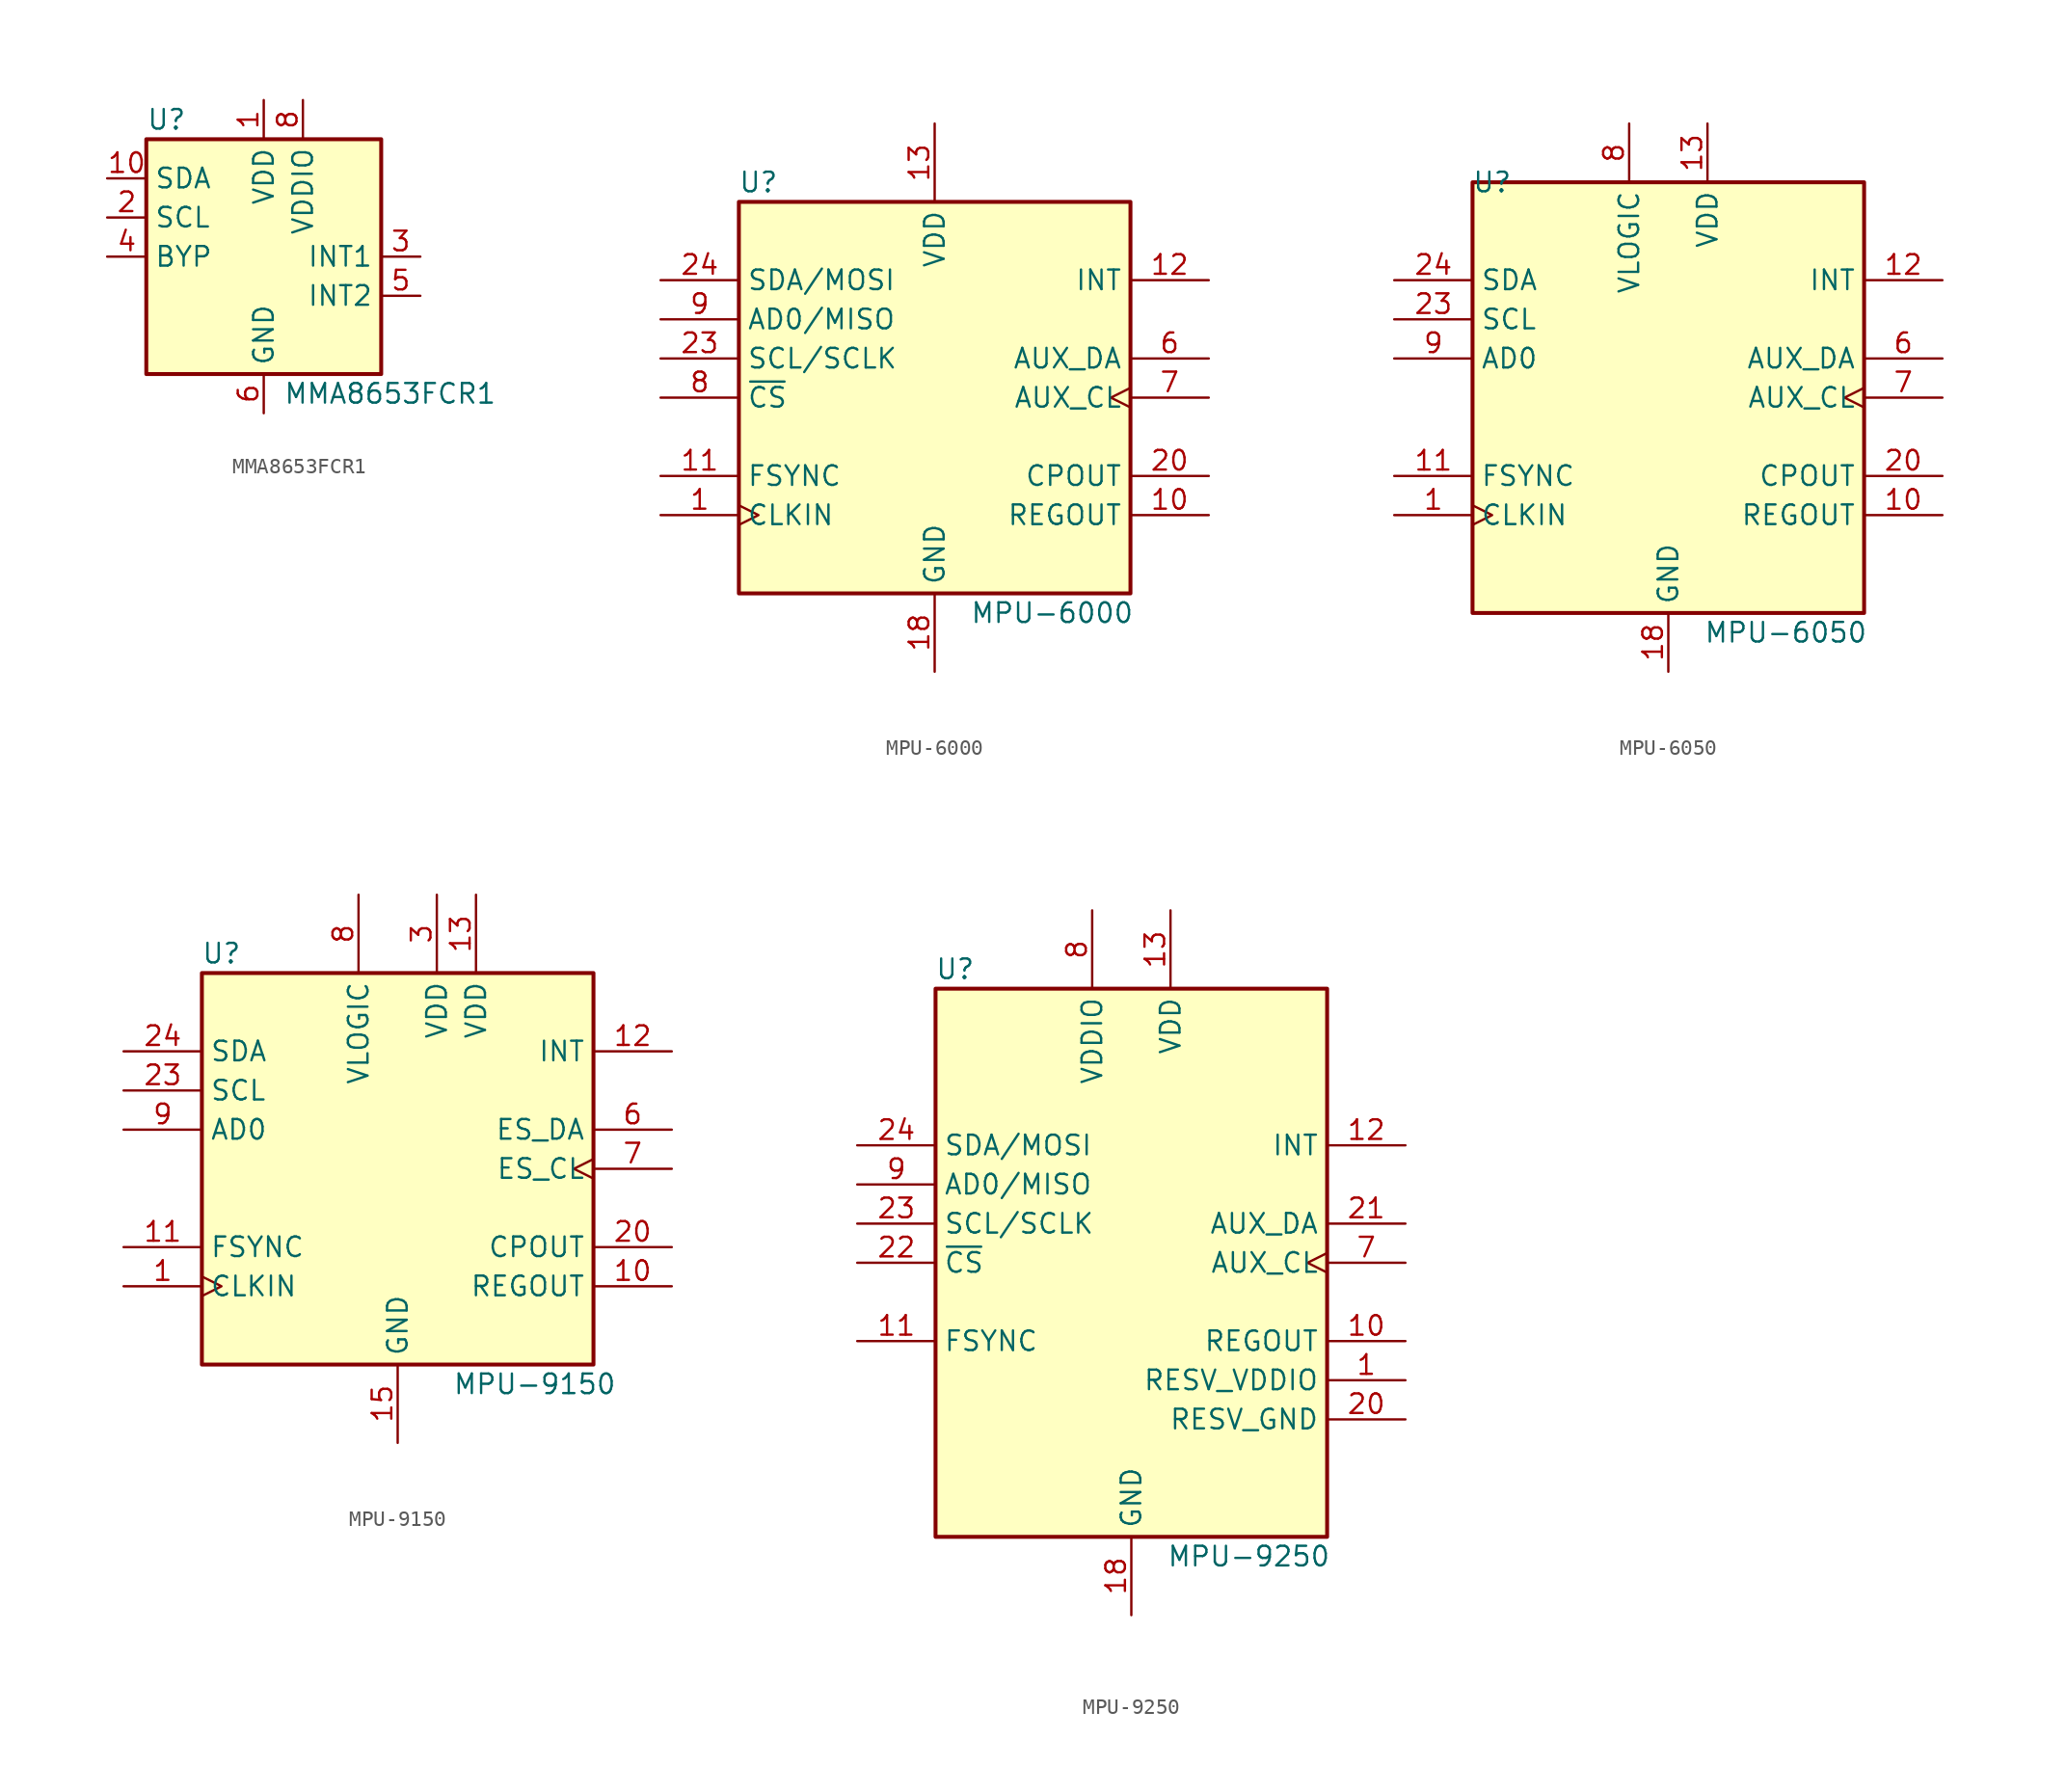
<source format=kicad_sym>
(kicad_symbol_lib
  (version 20231120)
  (generator "kicad_symbol_editor")
  (generator_version "8.0")
  (symbol "MMA8653FCR1"
    (property "Reference" "U"
      (at -7.62 8.89 0)
      (effects (font (size 1.27 1.27)) (justify left)))
    (property "Value" "MMA8653FCR1"
      (at 1.27 -8.89 0)
      (effects (font (size 1.27 1.27)) (justify left)))
    (symbol "MMA8653FCR1_0_1"
      (rectangle (start -7.62 7.62) (end 7.62 -7.62) (stroke (width 0.254) (type default)) (fill (type background))))
    (symbol "MMA8653FCR1_1_1"
      (pin power_in line (at 0 10.16 270) (length 2.54) (name "VDD" (effects (font (size 1.27 1.27)))) (number "1" (effects (font (size 1.27 1.27)))))
      (pin bidirectional line (at -10.16 5.08 0) (length 2.54) (name "SDA" (effects (font (size 1.27 1.27)))) (number "10" (effects (font (size 1.27 1.27)))))
      (pin input line (at -10.16 2.54 0) (length 2.54) (name "SCL" (effects (font (size 1.27 1.27)))) (number "2" (effects (font (size 1.27 1.27)))))
      (pin output line (at 10.16 0 180) (length 2.54) (name "INT1" (effects (font (size 1.27 1.27)))) (number "3" (effects (font (size 1.27 1.27)))))
      (pin input line (at -10.16 0 0) (length 2.54) (name "BYP" (effects (font (size 1.27 1.27)))) (number "4" (effects (font (size 1.27 1.27)))))
      (pin output line (at 10.16 -2.54 180) (length 2.54) (name "INT2" (effects (font (size 1.27 1.27)))) (number "5" (effects (font (size 1.27 1.27)))))
      (pin power_in line (at 0 -10.16 90) (length 2.54) (name "GND" (effects (font (size 1.27 1.27)))) (number "6" (effects (font (size 1.27 1.27)))))
      (pin passive line (at 0 -10.16 90) (length 2.54) hide (name "GND" (effects (font (size 1.27 1.27)))) (number "7" (effects (font (size 1.27 1.27)))))
      (pin power_in line (at 2.54 10.16 270) (length 2.54) (name "VDDIO" (effects (font (size 1.27 1.27)))) (number "8" (effects (font (size 1.27 1.27)))))
      (pin passive line (at 0 -10.16 90) (length 2.54) hide (name "GND" (effects (font (size 1.27 1.27)))) (number "9" (effects (font (size 1.27 1.27)))))))
  (symbol "MPU-6000"
    (property "Reference" "U"
      (at -11.43 13.97 0)
      (effects (font (size 1.27 1.27))))
    (property "Value" "MPU-6000"
      (at 7.62 -13.97 0)
      (effects (font (size 1.27 1.27))))
    (symbol "MPU-6000_0_1"
      (rectangle (start -12.7 12.7) (end 12.7 -12.7) (stroke (width 0.254) (type default)) (fill (type background))))
    (symbol "MPU-6000_1_1"
      (pin input clock (at -17.78 -7.62 0) (length 5.08) (name "CLKIN" (effects (font (size 1.27 1.27)))) (number "1" (effects (font (size 1.27 1.27)))))
      (pin passive line (at 17.78 -7.62 180) (length 5.08) (name "REGOUT" (effects (font (size 1.27 1.27)))) (number "10" (effects (font (size 1.27 1.27)))))
      (pin input line (at -17.78 -5.08 0) (length 5.08) (name "FSYNC" (effects (font (size 1.27 1.27)))) (number "11" (effects (font (size 1.27 1.27)))))
      (pin output line (at 17.78 7.62 180) (length 5.08) (name "INT" (effects (font (size 1.27 1.27)))) (number "12" (effects (font (size 1.27 1.27)))))
      (pin power_in line (at 0 17.78 270) (length 5.08) (name "VDD" (effects (font (size 1.27 1.27)))) (number "13" (effects (font (size 1.27 1.27)))))
      (pin power_in line (at 0 -17.78 90) (length 5.08) (name "GND" (effects (font (size 1.27 1.27)))) (number "18" (effects (font (size 1.27 1.27)))))
      (pin passive line (at 17.78 -5.08 180) (length 5.08) (name "CPOUT" (effects (font (size 1.27 1.27)))) (number "20" (effects (font (size 1.27 1.27)))))
      (pin input line (at -17.78 2.54 0) (length 5.08) (name "SCL/SCLK" (effects (font (size 1.27 1.27)))) (number "23" (effects (font (size 1.27 1.27)))))
      (pin bidirectional line (at -17.78 7.62 0) (length 5.08) (name "SDA/MOSI" (effects (font (size 1.27 1.27)))) (number "24" (effects (font (size 1.27 1.27)))))
      (pin bidirectional line (at 17.78 2.54 180) (length 5.08) (name "AUX_DA" (effects (font (size 1.27 1.27)))) (number "6" (effects (font (size 1.27 1.27)))))
      (pin output clock (at 17.78 0 180) (length 5.08) (name "AUX_CL" (effects (font (size 1.27 1.27)))) (number "7" (effects (font (size 1.27 1.27)))))
      (pin input line (at -17.78 0 0) (length 5.08) (name "~{CS}" (effects (font (size 1.27 1.27)))) (number "8" (effects (font (size 1.27 1.27)))))
      (pin bidirectional line (at -17.78 5.08 0) (length 5.08) (name "AD0/MISO" (effects (font (size 1.27 1.27)))) (number "9" (effects (font (size 1.27 1.27)))))))
  (symbol "MPU-6050"
    (property "Reference" "U"
      (at -11.43 13.97 0)
      (effects (font (size 1.27 1.27))))
    (property "Value" "MPU-6050"
      (at 7.62 -15.24 0)
      (effects (font (size 1.27 1.27))))
    (symbol "MPU-6050_0_0"
      (text "" (at 12.7 -2.54 0) (effects (font (size 1.27 1.27)))))
    (symbol "MPU-6050_0_1"
      (rectangle (start -12.7 13.97) (end 12.7 -13.97) (stroke (width 0.254) (type default)) (fill (type background))))
    (symbol "MPU-6050_1_1"
      (pin input clock (at -17.78 -7.62 0) (length 5.08) (name "CLKIN" (effects (font (size 1.27 1.27)))) (number "1" (effects (font (size 1.27 1.27)))))
      (pin passive line (at 17.78 -7.62 180) (length 5.08) (name "REGOUT" (effects (font (size 1.27 1.27)))) (number "10" (effects (font (size 1.27 1.27)))))
      (pin input line (at -17.78 -5.08 0) (length 5.08) (name "FSYNC" (effects (font (size 1.27 1.27)))) (number "11" (effects (font (size 1.27 1.27)))))
      (pin output line (at 17.78 7.62 180) (length 5.08) (name "INT" (effects (font (size 1.27 1.27)))) (number "12" (effects (font (size 1.27 1.27)))))
      (pin power_in line (at 2.54 17.78 270) (length 3.81) (name "VDD" (effects (font (size 1.27 1.27)))) (number "13" (effects (font (size 1.27 1.27)))))
      (pin no_connect line (at -12.7 -10.16 0) (length 2.54) hide (name "NC" (effects (font (size 1.27 1.27)))) (number "14" (effects (font (size 1.27 1.27)))))
      (pin no_connect line (at 12.7 12.7 180) (length 2.54) hide (name "NC" (effects (font (size 1.27 1.27)))) (number "15" (effects (font (size 1.27 1.27)))))
      (pin no_connect line (at 12.7 10.16 180) (length 2.54) hide (name "NC" (effects (font (size 1.27 1.27)))) (number "16" (effects (font (size 1.27 1.27)))))
      (pin no_connect line (at 12.7 5.08 180) (length 2.54) hide (name "NC" (effects (font (size 1.27 1.27)))) (number "17" (effects (font (size 1.27 1.27)))))
      (pin power_in line (at 0 -17.78 90) (length 3.81) (name "GND" (effects (font (size 1.27 1.27)))) (number "18" (effects (font (size 1.27 1.27)))))
      (pin no_connect line (at 12.7 -10.16 180) (length 2.54) hide (name "RESV" (effects (font (size 1.27 1.27)))) (number "19" (effects (font (size 1.27 1.27)))))
      (pin no_connect line (at -12.7 12.7 0) (length 2.54) hide (name "NC" (effects (font (size 1.27 1.27)))) (number "2" (effects (font (size 1.27 1.27)))))
      (pin passive line (at 17.78 -5.08 180) (length 5.08) (name "CPOUT" (effects (font (size 1.27 1.27)))) (number "20" (effects (font (size 1.27 1.27)))))
      (pin no_connect line (at 12.7 -2.54 180) (length 2.54) hide (name "RESV" (effects (font (size 1.27 1.27)))) (number "21" (effects (font (size 1.27 1.27)))))
      (pin no_connect line (at 12.7 -12.7 180) (length 2.54) hide (name "RESV" (effects (font (size 1.27 1.27)))) (number "22" (effects (font (size 1.27 1.27)))))
      (pin input line (at -17.78 5.08 0) (length 5.08) (name "SCL" (effects (font (size 1.27 1.27)))) (number "23" (effects (font (size 1.27 1.27)))))
      (pin bidirectional line (at -17.78 7.62 0) (length 5.08) (name "SDA" (effects (font (size 1.27 1.27)))) (number "24" (effects (font (size 1.27 1.27)))))
      (pin no_connect line (at -12.7 10.16 0) (length 2.54) hide (name "NC" (effects (font (size 1.27 1.27)))) (number "3" (effects (font (size 1.27 1.27)))))
      (pin no_connect line (at -12.7 0 0) (length 2.54) hide (name "NC" (effects (font (size 1.27 1.27)))) (number "4" (effects (font (size 1.27 1.27)))))
      (pin no_connect line (at -12.7 -2.54 0) (length 2.54) hide (name "NC" (effects (font (size 1.27 1.27)))) (number "5" (effects (font (size 1.27 1.27)))))
      (pin bidirectional line (at 17.78 2.54 180) (length 5.08) (name "AUX_DA" (effects (font (size 1.27 1.27)))) (number "6" (effects (font (size 1.27 1.27)))))
      (pin output clock (at 17.78 0 180) (length 5.08) (name "AUX_CL" (effects (font (size 1.27 1.27)))) (number "7" (effects (font (size 1.27 1.27)))))
      (pin power_in line (at -2.54 17.78 270) (length 3.81) (name "VLOGIC" (effects (font (size 1.27 1.27)))) (number "8" (effects (font (size 1.27 1.27)))))
      (pin input line (at -17.78 2.54 0) (length 5.08) (name "AD0" (effects (font (size 1.27 1.27)))) (number "9" (effects (font (size 1.27 1.27)))))))
  (symbol "MPU-9150"
    (property "Reference" "U"
      (at -11.43 13.97 0)
      (effects (font (size 1.27 1.27))))
    (property "Value" "MPU-9150"
      (at 8.89 -13.97 0)
      (effects (font (size 1.27 1.27))))
    (symbol "MPU-9150_0_1"
      (rectangle (start -12.7 12.7) (end 12.7 -12.7) (stroke (width 0.254) (type default)) (fill (type background))))
    (symbol "MPU-9150_1_1"
      (pin input clock (at -17.78 -7.62 0) (length 5.08) (name "CLKIN" (effects (font (size 1.27 1.27)))) (number "1" (effects (font (size 1.27 1.27)))))
      (pin passive line (at 17.78 -7.62 180) (length 5.08) (name "REGOUT" (effects (font (size 1.27 1.27)))) (number "10" (effects (font (size 1.27 1.27)))))
      (pin input line (at -17.78 -5.08 0) (length 5.08) (name "FSYNC" (effects (font (size 1.27 1.27)))) (number "11" (effects (font (size 1.27 1.27)))))
      (pin output line (at 17.78 7.62 180) (length 5.08) (name "INT" (effects (font (size 1.27 1.27)))) (number "12" (effects (font (size 1.27 1.27)))))
      (pin power_in line (at 5.08 17.78 270) (length 5.08) (name "VDD" (effects (font (size 1.27 1.27)))) (number "13" (effects (font (size 1.27 1.27)))))
      (pin power_in line (at 0 -17.78 90) (length 5.08) (name "GND" (effects (font (size 1.27 1.27)))) (number "15" (effects (font (size 1.27 1.27)))))
      (pin passive line (at 0 -17.78 90) (length 5.08) hide (name "GND" (effects (font (size 1.27 1.27)))) (number "17" (effects (font (size 1.27 1.27)))))
      (pin passive line (at 0 -17.78 90) (length 5.08) hide (name "GND" (effects (font (size 1.27 1.27)))) (number "18" (effects (font (size 1.27 1.27)))))
      (pin passive line (at 17.78 -5.08 180) (length 5.08) (name "CPOUT" (effects (font (size 1.27 1.27)))) (number "20" (effects (font (size 1.27 1.27)))))
      (pin input line (at -17.78 5.08 0) (length 5.08) (name "SCL" (effects (font (size 1.27 1.27)))) (number "23" (effects (font (size 1.27 1.27)))))
      (pin bidirectional line (at -17.78 7.62 0) (length 5.08) (name "SDA" (effects (font (size 1.27 1.27)))) (number "24" (effects (font (size 1.27 1.27)))))
      (pin power_in line (at 2.54 17.78 270) (length 5.08) (name "VDD" (effects (font (size 1.27 1.27)))) (number "3" (effects (font (size 1.27 1.27)))))
      (pin bidirectional line (at 17.78 2.54 180) (length 5.08) (name "ES_DA" (effects (font (size 1.27 1.27)))) (number "6" (effects (font (size 1.27 1.27)))))
      (pin output clock (at 17.78 0 180) (length 5.08) (name "ES_CL" (effects (font (size 1.27 1.27)))) (number "7" (effects (font (size 1.27 1.27)))))
      (pin power_in line (at -2.54 17.78 270) (length 5.08) (name "VLOGIC" (effects (font (size 1.27 1.27)))) (number "8" (effects (font (size 1.27 1.27)))))
      (pin input line (at -17.78 2.54 0) (length 5.08) (name "AD0" (effects (font (size 1.27 1.27)))) (number "9" (effects (font (size 1.27 1.27)))))))
  (symbol "MPU-9250"
    (property "Reference" "U"
      (at -11.43 19.05 0)
      (effects (font (size 1.27 1.27))))
    (property "Value" "MPU-9250"
      (at 7.62 -19.05 0)
      (effects (font (size 1.27 1.27))))
    (symbol "MPU-9250_0_1"
      (rectangle (start -12.7 17.78) (end 12.7 -17.78) (stroke (width 0.254) (type default)) (fill (type background))))
    (symbol "MPU-9250_1_1"
      (pin input line (at 17.78 -7.62 180) (length 5.08) (name "RESV_VDDIO" (effects (font (size 1.27 1.27)))) (number "1" (effects (font (size 1.27 1.27)))))
      (pin passive line (at 17.78 -5.08 180) (length 5.08) (name "REGOUT" (effects (font (size 1.27 1.27)))) (number "10" (effects (font (size 1.27 1.27)))))
      (pin input line (at -17.78 -5.08 0) (length 5.08) (name "FSYNC" (effects (font (size 1.27 1.27)))) (number "11" (effects (font (size 1.27 1.27)))))
      (pin output line (at 17.78 7.62 180) (length 5.08) (name "INT" (effects (font (size 1.27 1.27)))) (number "12" (effects (font (size 1.27 1.27)))))
      (pin power_in line (at 2.54 22.86 270) (length 5.08) (name "VDD" (effects (font (size 1.27 1.27)))) (number "13" (effects (font (size 1.27 1.27)))))
      (pin power_in line (at 0 -22.86 90) (length 5.08) (name "GND" (effects (font (size 1.27 1.27)))) (number "18" (effects (font (size 1.27 1.27)))))
      (pin power_in line (at 17.78 -10.16 180) (length 5.08) (name "RESV_GND" (effects (font (size 1.27 1.27)))) (number "20" (effects (font (size 1.27 1.27)))))
      (pin bidirectional line (at 17.78 2.54 180) (length 5.08) (name "AUX_DA" (effects (font (size 1.27 1.27)))) (number "21" (effects (font (size 1.27 1.27)))))
      (pin input line (at -17.78 0 0) (length 5.08) (name "~{CS}" (effects (font (size 1.27 1.27)))) (number "22" (effects (font (size 1.27 1.27)))))
      (pin input line (at -17.78 2.54 0) (length 5.08) (name "SCL/SCLK" (effects (font (size 1.27 1.27)))) (number "23" (effects (font (size 1.27 1.27)))))
      (pin bidirectional line (at -17.78 7.62 0) (length 5.08) (name "SDA/MOSI" (effects (font (size 1.27 1.27)))) (number "24" (effects (font (size 1.27 1.27)))))
      (pin output clock (at 17.78 0 180) (length 5.08) (name "AUX_CL" (effects (font (size 1.27 1.27)))) (number "7" (effects (font (size 1.27 1.27)))))
      (pin power_in line (at -2.54 22.86 270) (length 5.08) (name "VDDIO" (effects (font (size 1.27 1.27)))) (number "8" (effects (font (size 1.27 1.27)))))
      (pin bidirectional line (at -17.78 5.08 0) (length 5.08) (name "AD0/MISO" (effects (font (size 1.27 1.27)))) (number "9" (effects (font (size 1.27 1.27))))))))
</source>
